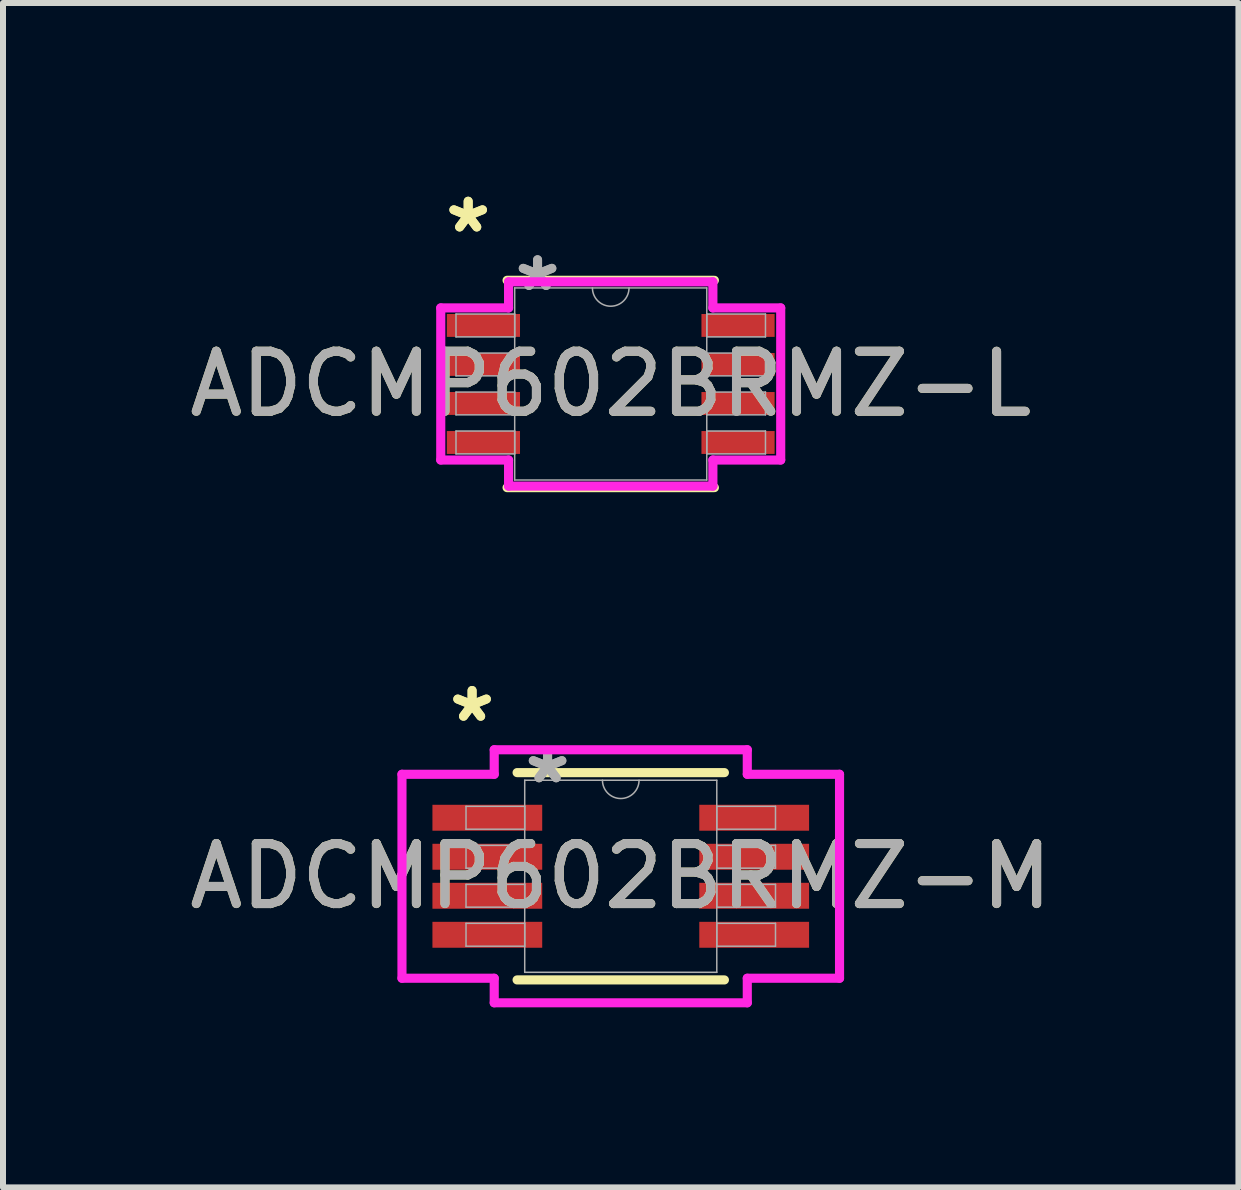
<source format=kicad_pcb>
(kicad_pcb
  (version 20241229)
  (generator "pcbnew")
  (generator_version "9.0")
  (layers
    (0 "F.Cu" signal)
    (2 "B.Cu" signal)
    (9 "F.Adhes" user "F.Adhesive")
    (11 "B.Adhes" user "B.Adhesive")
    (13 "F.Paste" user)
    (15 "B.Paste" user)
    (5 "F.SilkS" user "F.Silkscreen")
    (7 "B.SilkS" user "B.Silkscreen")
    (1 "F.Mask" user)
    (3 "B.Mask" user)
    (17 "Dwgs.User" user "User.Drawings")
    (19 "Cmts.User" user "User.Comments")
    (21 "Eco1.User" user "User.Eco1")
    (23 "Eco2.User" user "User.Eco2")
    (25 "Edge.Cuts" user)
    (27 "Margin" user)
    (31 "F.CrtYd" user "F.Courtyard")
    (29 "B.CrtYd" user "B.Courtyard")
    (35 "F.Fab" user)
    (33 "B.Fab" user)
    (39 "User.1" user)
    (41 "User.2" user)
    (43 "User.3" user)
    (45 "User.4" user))
  (footprint "ADCMP602BRMZ-L"
    (layer "F.Cu")
    (at 7.125 3.347)
    (property "Reference" "ADCMP602BRMZ-L" (at 0 0 0) (unlocked yes) (layer "F.SilkS") (effects (font (size 1 1) (thickness 0.15))))
    (attr smd)
    (fp_line (start -1.727 1.727) (end 1.727 1.727) (stroke (width 0.152) (type solid)) (layer "F.SilkS"))
    (fp_line (start 1.727 -1.727) (end -1.727 -1.727) (stroke (width 0.152) (type solid)) (layer "F.SilkS"))
    (fp_line (start -2.832 -1.267) (end -1.702 -1.267) (stroke (width 0.152) (type solid)) (layer "F.CrtYd"))
    (fp_line (start -2.832 1.267) (end -2.832 -1.267) (stroke (width 0.152) (type solid)) (layer "F.CrtYd"))
    (fp_line (start -2.832 1.267) (end -1.702 1.267) (stroke (width 0.152) (type solid)) (layer "F.CrtYd"))
    (fp_line (start -1.702 -1.702) (end 1.702 -1.702) (stroke (width 0.152) (type solid)) (layer "F.CrtYd"))
    (fp_line (start -1.702 -1.267) (end -1.702 -1.702) (stroke (width 0.152) (type solid)) (layer "F.CrtYd"))
    (fp_line (start -1.702 1.702) (end -1.702 1.267) (stroke (width 0.152) (type solid)) (layer "F.CrtYd"))
    (fp_line (start 1.702 -1.702) (end 1.702 -1.267) (stroke (width 0.152) (type solid)) (layer "F.CrtYd"))
    (fp_line (start 1.702 1.267) (end 1.702 1.702) (stroke (width 0.152) (type solid)) (layer "F.CrtYd"))
    (fp_line (start 1.702 1.702) (end -1.702 1.702) (stroke (width 0.152) (type solid)) (layer "F.CrtYd"))
    (fp_line (start 2.832 -1.267) (end 1.702 -1.267) (stroke (width 0.152) (type solid)) (layer "F.CrtYd"))
    (fp_line (start 2.832 -1.267) (end 2.832 1.267) (stroke (width 0.152) (type solid)) (layer "F.CrtYd"))
    (fp_line (start 2.832 1.267) (end 1.702 1.267) (stroke (width 0.152) (type solid)) (layer "F.CrtYd"))
    (fp_line (start -2.578 -1.165) (end -2.578 -0.784) (stroke (width 0.025) (type solid)) (layer "F.Fab"))
    (fp_line (start -2.578 -0.784) (end -1.6 -0.784) (stroke (width 0.025) (type solid)) (layer "F.Fab"))
    (fp_line (start -2.578 -0.515) (end -2.578 -0.135) (stroke (width 0.025) (type solid)) (layer "F.Fab"))
    (fp_line (start -2.578 -0.135) (end -1.6 -0.135) (stroke (width 0.025) (type solid)) (layer "F.Fab"))
    (fp_line (start -2.578 0.135) (end -2.578 0.515) (stroke (width 0.025) (type solid)) (layer "F.Fab"))
    (fp_line (start -2.578 0.515) (end -1.6 0.515) (stroke (width 0.025) (type solid)) (layer "F.Fab"))
    (fp_line (start -2.578 0.784) (end -2.578 1.165) (stroke (width 0.025) (type solid)) (layer "F.Fab"))
    (fp_line (start -2.578 1.165) (end -1.6 1.165) (stroke (width 0.025) (type solid)) (layer "F.Fab"))
    (fp_line (start -1.6 -1.6) (end -1.6 1.6) (stroke (width 0.025) (type solid)) (layer "F.Fab"))
    (fp_line (start -1.6 -1.165) (end -2.578 -1.165) (stroke (width 0.025) (type solid)) (layer "F.Fab"))
    (fp_line (start -1.6 -0.784) (end -1.6 -1.165) (stroke (width 0.025) (type solid)) (layer "F.Fab"))
    (fp_line (start -1.6 -0.515) (end -2.578 -0.515) (stroke (width 0.025) (type solid)) (layer "F.Fab"))
    (fp_line (start -1.6 -0.135) (end -1.6 -0.515) (stroke (width 0.025) (type solid)) (layer "F.Fab"))
    (fp_line (start -1.6 0.135) (end -2.578 0.135) (stroke (width 0.025) (type solid)) (layer "F.Fab"))
    (fp_line (start -1.6 0.515) (end -1.6 0.135) (stroke (width 0.025) (type solid)) (layer "F.Fab"))
    (fp_line (start -1.6 0.784) (end -2.578 0.784) (stroke (width 0.025) (type solid)) (layer "F.Fab"))
    (fp_line (start -1.6 1.165) (end -1.6 0.784) (stroke (width 0.025) (type solid)) (layer "F.Fab"))
    (fp_line (start -1.6 1.6) (end 1.6 1.6) (stroke (width 0.025) (type solid)) (layer "F.Fab"))
    (fp_line (start 1.6 -1.6) (end -1.6 -1.6) (stroke (width 0.025) (type solid)) (layer "F.Fab"))
    (fp_line (start 1.6 -1.165) (end 1.6 -0.784) (stroke (width 0.025) (type solid)) (layer "F.Fab"))
    (fp_line (start 1.6 -0.784) (end 2.578 -0.784) (stroke (width 0.025) (type solid)) (layer "F.Fab"))
    (fp_line (start 1.6 -0.515) (end 1.6 -0.135) (stroke (width 0.025) (type solid)) (layer "F.Fab"))
    (fp_line (start 1.6 -0.135) (end 2.578 -0.135) (stroke (width 0.025) (type solid)) (layer "F.Fab"))
    (fp_line (start 1.6 0.135) (end 1.6 0.515) (stroke (width 0.025) (type solid)) (layer "F.Fab"))
    (fp_line (start 1.6 0.515) (end 2.578 0.515) (stroke (width 0.025) (type solid)) (layer "F.Fab"))
    (fp_line (start 1.6 0.784) (end 1.6 1.165) (stroke (width 0.025) (type solid)) (layer "F.Fab"))
    (fp_line (start 1.6 1.165) (end 2.578 1.165) (stroke (width 0.025) (type solid)) (layer "F.Fab"))
    (fp_line (start 1.6 1.6) (end 1.6 -1.6) (stroke (width 0.025) (type solid)) (layer "F.Fab"))
    (fp_line (start 2.578 -1.165) (end 1.6 -1.165) (stroke (width 0.025) (type solid)) (layer "F.Fab"))
    (fp_line (start 2.578 -0.784) (end 2.578 -1.165) (stroke (width 0.025) (type solid)) (layer "F.Fab"))
    (fp_line (start 2.578 -0.515) (end 1.6 -0.515) (stroke (width 0.025) (type solid)) (layer "F.Fab"))
    (fp_line (start 2.578 -0.135) (end 2.578 -0.515) (stroke (width 0.025) (type solid)) (layer "F.Fab"))
    (fp_line (start 2.578 0.135) (end 1.6 0.135) (stroke (width 0.025) (type solid)) (layer "F.Fab"))
    (fp_line (start 2.578 0.515) (end 2.578 0.135) (stroke (width 0.025) (type solid)) (layer "F.Fab"))
    (fp_line (start 2.578 0.784) (end 1.6 0.784) (stroke (width 0.025) (type solid)) (layer "F.Fab"))
    (fp_line (start 2.578 1.165) (end 2.578 0.784) (stroke (width 0.025) (type solid)) (layer "F.Fab"))
    (fp_arc (start 0.3048 -1.6002) (mid 0 -1.2954) (end -0.3048 -1.6002) (stroke (width 0.0254) (type solid)) (layer "F.Fab"))
    (fp_text user "*" (at -2.375 -2.499 0) (layer "F.SilkS") (effects (font (size 1 1) (thickness 0.15))))
    (fp_text user "*" (at -2.375 -2.499 0) (unlocked yes) (layer "F.SilkS") (effects (font (size 1 1) (thickness 0.15))))
    (fp_text user "${REFERENCE}" (at 0 0 0) (unlocked yes) (layer "F.Fab") (effects (font (size 1 1) (thickness 0.15))))
    (fp_text user "*" (at -1.219 -1.524 0) (layer "F.Fab") (effects (font (size 1 1) (thickness 0.15))))
    (fp_text user "*" (at -1.219 -1.524 0) (unlocked yes) (layer "F.Fab") (effects (font (size 1 1) (thickness 0.15))))
    (pad "1" smd rect (at -2.121 -0.975) (size 1.219 0.381) (layers "F.Cu" "F.Mask" "F.Paste"))
    (pad "2" smd rect (at -2.121 -0.325) (size 1.219 0.381) (layers "F.Cu" "F.Mask" "F.Paste"))
    (pad "3" smd rect (at -2.121 0.325) (size 1.219 0.381) (layers "F.Cu" "F.Mask" "F.Paste"))
    (pad "4" smd rect (at -2.121 0.975) (size 1.219 0.381) (layers "F.Cu" "F.Mask" "F.Paste"))
    (pad "5" smd rect (at 2.121 0.975) (size 1.219 0.381) (layers "F.Cu" "F.Mask" "F.Paste"))
    (pad "6" smd rect (at 2.121 0.325) (size 1.219 0.381) (layers "F.Cu" "F.Mask" "F.Paste"))
    (pad "7" smd rect (at 2.121 -0.325) (size 1.219 0.381) (layers "F.Cu" "F.Mask" "F.Paste"))
    (pad "8" smd rect (at 2.121 -0.975) (size 1.219 0.381) (layers "F.Cu" "F.Mask" "F.Paste")))
  (footprint "ADCMP602BRMZ-M"
    (layer "F.Cu")
    (at 7.292 11.549)
    (property "Reference" "ADCMP602BRMZ-M" (at 0 0 0) (unlocked yes) (layer "F.SilkS") (effects (font (size 1 1) (thickness 0.15))))
    (attr smd)
    (fp_line (start -1.727 1.727) (end 1.727 1.727) (stroke (width 0.152) (type solid)) (layer "F.SilkS"))
    (fp_line (start 1.727 -1.727) (end -1.727 -1.727) (stroke (width 0.152) (type solid)) (layer "F.SilkS"))
    (fp_line (start -3.645 -1.699) (end -2.108 -1.699) (stroke (width 0.152) (type solid)) (layer "F.CrtYd"))
    (fp_line (start -3.645 1.699) (end -3.645 -1.699) (stroke (width 0.152) (type solid)) (layer "F.CrtYd"))
    (fp_line (start -3.645 1.699) (end -2.108 1.699) (stroke (width 0.152) (type solid)) (layer "F.CrtYd"))
    (fp_line (start -2.108 -2.108) (end 2.108 -2.108) (stroke (width 0.152) (type solid)) (layer "F.CrtYd"))
    (fp_line (start -2.108 -1.699) (end -2.108 -2.108) (stroke (width 0.152) (type solid)) (layer "F.CrtYd"))
    (fp_line (start -2.108 2.108) (end -2.108 1.699) (stroke (width 0.152) (type solid)) (layer "F.CrtYd"))
    (fp_line (start 2.108 -2.108) (end 2.108 -1.699) (stroke (width 0.152) (type solid)) (layer "F.CrtYd"))
    (fp_line (start 2.108 1.699) (end 2.108 2.108) (stroke (width 0.152) (type solid)) (layer "F.CrtYd"))
    (fp_line (start 2.108 2.108) (end -2.108 2.108) (stroke (width 0.152) (type solid)) (layer "F.CrtYd"))
    (fp_line (start 3.645 -1.699) (end 2.108 -1.699) (stroke (width 0.152) (type solid)) (layer "F.CrtYd"))
    (fp_line (start 3.645 -1.699) (end 3.645 1.699) (stroke (width 0.152) (type solid)) (layer "F.CrtYd"))
    (fp_line (start 3.645 1.699) (end 2.108 1.699) (stroke (width 0.152) (type solid)) (layer "F.CrtYd"))
    (fp_line (start -2.578 -1.165) (end -2.578 -0.784) (stroke (width 0.025) (type solid)) (layer "F.Fab"))
    (fp_line (start -2.578 -0.784) (end -1.6 -0.784) (stroke (width 0.025) (type solid)) (layer "F.Fab"))
    (fp_line (start -2.578 -0.515) (end -2.578 -0.135) (stroke (width 0.025) (type solid)) (layer "F.Fab"))
    (fp_line (start -2.578 -0.135) (end -1.6 -0.135) (stroke (width 0.025) (type solid)) (layer "F.Fab"))
    (fp_line (start -2.578 0.135) (end -2.578 0.515) (stroke (width 0.025) (type solid)) (layer "F.Fab"))
    (fp_line (start -2.578 0.515) (end -1.6 0.515) (stroke (width 0.025) (type solid)) (layer "F.Fab"))
    (fp_line (start -2.578 0.784) (end -2.578 1.165) (stroke (width 0.025) (type solid)) (layer "F.Fab"))
    (fp_line (start -2.578 1.165) (end -1.6 1.165) (stroke (width 0.025) (type solid)) (layer "F.Fab"))
    (fp_line (start -1.6 -1.6) (end -1.6 1.6) (stroke (width 0.025) (type solid)) (layer "F.Fab"))
    (fp_line (start -1.6 -1.165) (end -2.578 -1.165) (stroke (width 0.025) (type solid)) (layer "F.Fab"))
    (fp_line (start -1.6 -0.784) (end -1.6 -1.165) (stroke (width 0.025) (type solid)) (layer "F.Fab"))
    (fp_line (start -1.6 -0.515) (end -2.578 -0.515) (stroke (width 0.025) (type solid)) (layer "F.Fab"))
    (fp_line (start -1.6 -0.135) (end -1.6 -0.515) (stroke (width 0.025) (type solid)) (layer "F.Fab"))
    (fp_line (start -1.6 0.135) (end -2.578 0.135) (stroke (width 0.025) (type solid)) (layer "F.Fab"))
    (fp_line (start -1.6 0.515) (end -1.6 0.135) (stroke (width 0.025) (type solid)) (layer "F.Fab"))
    (fp_line (start -1.6 0.784) (end -2.578 0.784) (stroke (width 0.025) (type solid)) (layer "F.Fab"))
    (fp_line (start -1.6 1.165) (end -1.6 0.784) (stroke (width 0.025) (type solid)) (layer "F.Fab"))
    (fp_line (start -1.6 1.6) (end 1.6 1.6) (stroke (width 0.025) (type solid)) (layer "F.Fab"))
    (fp_line (start 1.6 -1.6) (end -1.6 -1.6) (stroke (width 0.025) (type solid)) (layer "F.Fab"))
    (fp_line (start 1.6 -1.165) (end 1.6 -0.784) (stroke (width 0.025) (type solid)) (layer "F.Fab"))
    (fp_line (start 1.6 -0.784) (end 2.578 -0.784) (stroke (width 0.025) (type solid)) (layer "F.Fab"))
    (fp_line (start 1.6 -0.515) (end 1.6 -0.135) (stroke (width 0.025) (type solid)) (layer "F.Fab"))
    (fp_line (start 1.6 -0.135) (end 2.578 -0.135) (stroke (width 0.025) (type solid)) (layer "F.Fab"))
    (fp_line (start 1.6 0.135) (end 1.6 0.515) (stroke (width 0.025) (type solid)) (layer "F.Fab"))
    (fp_line (start 1.6 0.515) (end 2.578 0.515) (stroke (width 0.025) (type solid)) (layer "F.Fab"))
    (fp_line (start 1.6 0.784) (end 1.6 1.165) (stroke (width 0.025) (type solid)) (layer "F.Fab"))
    (fp_line (start 1.6 1.165) (end 2.578 1.165) (stroke (width 0.025) (type solid)) (layer "F.Fab"))
    (fp_line (start 1.6 1.6) (end 1.6 -1.6) (stroke (width 0.025) (type solid)) (layer "F.Fab"))
    (fp_line (start 2.578 -1.165) (end 1.6 -1.165) (stroke (width 0.025) (type solid)) (layer "F.Fab"))
    (fp_line (start 2.578 -0.784) (end 2.578 -1.165) (stroke (width 0.025) (type solid)) (layer "F.Fab"))
    (fp_line (start 2.578 -0.515) (end 1.6 -0.515) (stroke (width 0.025) (type solid)) (layer "F.Fab"))
    (fp_line (start 2.578 -0.135) (end 2.578 -0.515) (stroke (width 0.025) (type solid)) (layer "F.Fab"))
    (fp_line (start 2.578 0.135) (end 1.6 0.135) (stroke (width 0.025) (type solid)) (layer "F.Fab"))
    (fp_line (start 2.578 0.515) (end 2.578 0.135) (stroke (width 0.025) (type solid)) (layer "F.Fab"))
    (fp_line (start 2.578 0.784) (end 1.6 0.784) (stroke (width 0.025) (type solid)) (layer "F.Fab"))
    (fp_line (start 2.578 1.165) (end 2.578 0.784) (stroke (width 0.025) (type solid)) (layer "F.Fab"))
    (fp_arc (start 0.3048 -1.6002) (mid 0 -1.2954) (end -0.3048 -1.6002) (stroke (width 0.0254) (type solid)) (layer "F.Fab"))
    (fp_text user "*" (at -2.477 -2.55 0) (unlocked yes) (layer "F.SilkS") (effects (font (size 1 1) (thickness 0.15))))
    (fp_text user "*" (at -2.477 -2.55 0) (layer "F.SilkS") (effects (font (size 1 1) (thickness 0.15))))
    (fp_text user "*" (at -1.219 -1.524 0) (unlocked yes) (layer "F.Fab") (effects (font (size 1 1) (thickness 0.15))))
    (fp_text user "*" (at -1.219 -1.524 0) (layer "F.Fab") (effects (font (size 1 1) (thickness 0.15))))
    (fp_text user "${REFERENCE}" (at 0 0 0) (unlocked yes) (layer "F.Fab") (effects (font (size 1 1) (thickness 0.15))))
    (pad "1" smd rect (at -2.223 -0.975) (size 1.829 0.432) (layers "F.Cu" "F.Mask" "F.Paste"))
    (pad "2" smd rect (at -2.223 -0.325) (size 1.829 0.432) (layers "F.Cu" "F.Mask" "F.Paste"))
    (pad "3" smd rect (at -2.223 0.325) (size 1.829 0.432) (layers "F.Cu" "F.Mask" "F.Paste"))
    (pad "4" smd rect (at -2.223 0.975) (size 1.829 0.432) (layers "F.Cu" "F.Mask" "F.Paste"))
    (pad "5" smd rect (at 2.223 0.975) (size 1.829 0.432) (layers "F.Cu" "F.Mask" "F.Paste"))
    (pad "6" smd rect (at 2.223 0.325) (size 1.829 0.432) (layers "F.Cu" "F.Mask" "F.Paste"))
    (pad "7" smd rect (at 2.223 -0.325) (size 1.829 0.432) (layers "F.Cu" "F.Mask" "F.Paste"))
    (pad "8" smd rect (at 2.223 -0.975) (size 1.829 0.432) (layers "F.Cu" "F.Mask" "F.Paste")))
  (gr_rect
    (start -3 -3)
    (end 17.583 16.733)
    (stroke (width 0.1) (type default))
    (fill no)
    (layer "Edge.Cuts")))
</source>
